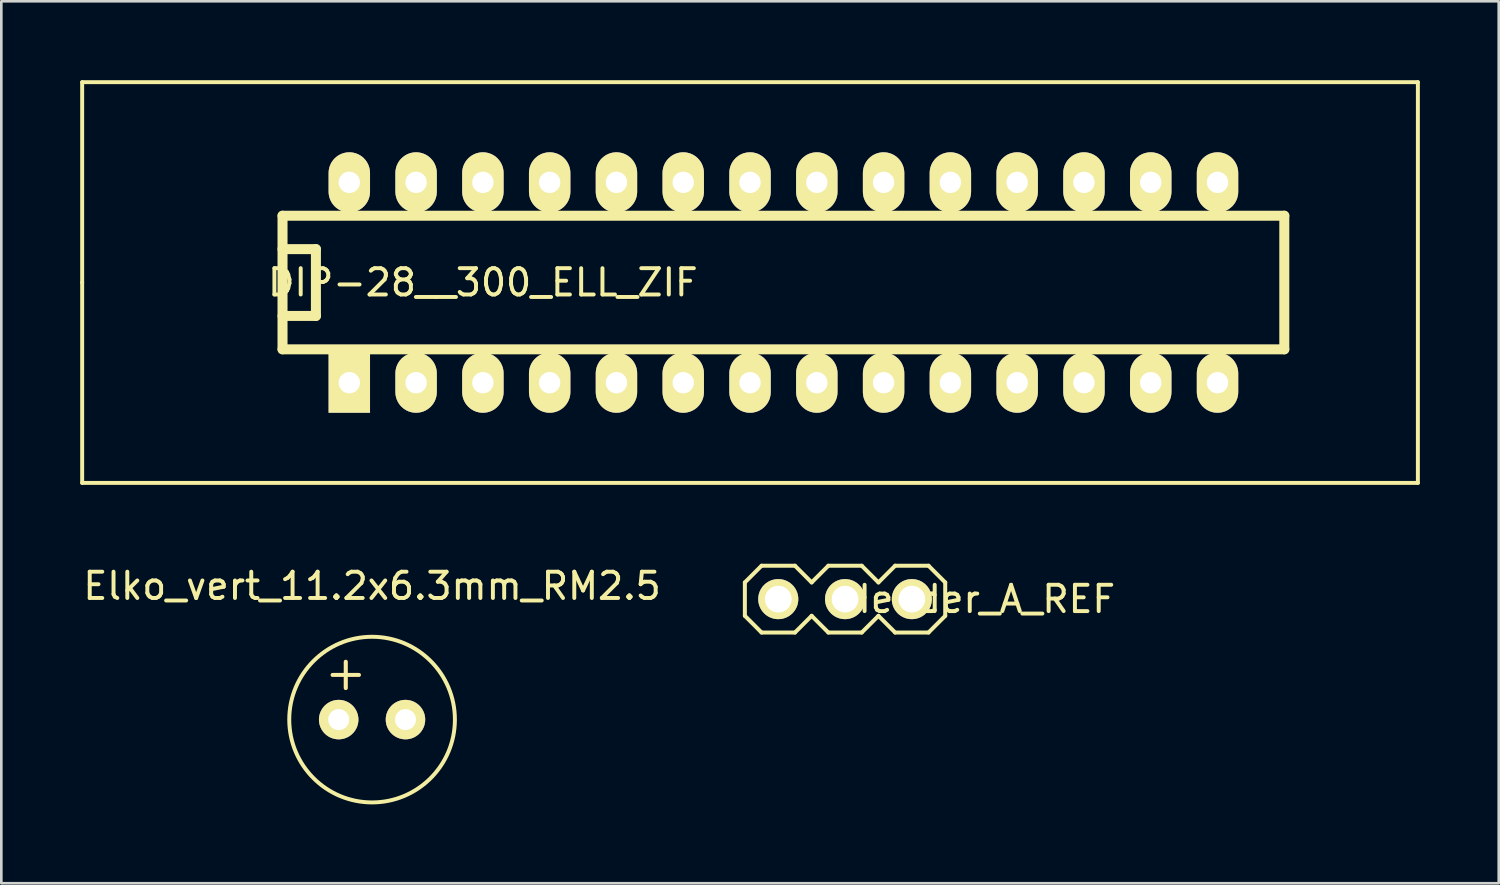
<source format=kicad_pcb>
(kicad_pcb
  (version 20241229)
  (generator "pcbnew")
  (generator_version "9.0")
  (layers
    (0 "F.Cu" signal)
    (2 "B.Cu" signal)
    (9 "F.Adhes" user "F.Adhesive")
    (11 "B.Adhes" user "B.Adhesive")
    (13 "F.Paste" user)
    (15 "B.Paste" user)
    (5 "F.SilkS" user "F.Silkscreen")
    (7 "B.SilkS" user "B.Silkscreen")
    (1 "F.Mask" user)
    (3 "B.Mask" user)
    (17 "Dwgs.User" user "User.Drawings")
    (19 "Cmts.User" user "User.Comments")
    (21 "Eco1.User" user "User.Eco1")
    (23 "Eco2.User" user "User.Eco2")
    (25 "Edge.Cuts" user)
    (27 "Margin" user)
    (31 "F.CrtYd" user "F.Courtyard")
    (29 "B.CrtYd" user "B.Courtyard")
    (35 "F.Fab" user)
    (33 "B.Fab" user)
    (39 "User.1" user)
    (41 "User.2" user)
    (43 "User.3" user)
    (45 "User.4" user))
  (footprint "DIP-28__300_ELL_ZIF"
    (layer "F.Cu")
    (at 26.745 7.695)
    (property "Reference" "DIP-28__300_ELL_ZIF" (at -11.43 0 0) (layer "F.SilkS") (effects (font (size 1 1) (thickness 0.15))))
    (attr through_hole)
    (fp_line (start -26.67 0) (end -26.67 -7.62) (stroke (width 0.15) (type solid)) (layer "F.SilkS"))
    (fp_line (start -26.67 0) (end -26.67 7.62) (stroke (width 0.15) (type solid)) (layer "F.SilkS"))
    (fp_line (start -26.67 7.62) (end 24.13 7.62) (stroke (width 0.15) (type solid)) (layer "F.SilkS"))
    (fp_line (start -19.05 -2.54) (end 19.05 -2.54) (stroke (width 0.381) (type solid)) (layer "F.SilkS"))
    (fp_line (start -19.05 -1.27) (end -17.78 -1.27) (stroke (width 0.381) (type solid)) (layer "F.SilkS"))
    (fp_line (start -19.05 2.54) (end -19.05 -2.54) (stroke (width 0.381) (type solid)) (layer "F.SilkS"))
    (fp_line (start -17.78 -1.27) (end -17.78 1.27) (stroke (width 0.381) (type solid)) (layer "F.SilkS"))
    (fp_line (start -17.78 1.27) (end -19.05 1.27) (stroke (width 0.381) (type solid)) (layer "F.SilkS"))
    (fp_line (start 19.05 -2.54) (end 19.05 2.54) (stroke (width 0.381) (type solid)) (layer "F.SilkS"))
    (fp_line (start 19.05 2.54) (end -19.05 2.54) (stroke (width 0.381) (type solid)) (layer "F.SilkS"))
    (fp_line (start 24.13 -7.62) (end -26.67 -7.62) (stroke (width 0.15) (type solid)) (layer "F.SilkS"))
    (fp_line (start 24.13 7.62) (end 24.13 -7.62) (stroke (width 0.15) (type solid)) (layer "F.SilkS"))
    (pad "1" thru_hole rect (at -16.51 3.81) (size 1.575 2.286) (drill 0.813) (layers "*.Cu" "*.Mask" "F.SilkS"))
    (pad "2" thru_hole oval (at -13.97 3.81) (size 1.575 2.286) (drill 0.813) (layers "*.Cu" "*.Mask" "F.SilkS"))
    (pad "3" thru_hole oval (at -11.43 3.81) (size 1.575 2.286) (drill 0.813) (layers "*.Cu" "*.Mask" "F.SilkS"))
    (pad "4" thru_hole oval (at -8.89 3.81) (size 1.575 2.286) (drill 0.813) (layers "*.Cu" "*.Mask" "F.SilkS"))
    (pad "5" thru_hole oval (at -6.35 3.81) (size 1.575 2.286) (drill 0.813) (layers "*.Cu" "*.Mask" "F.SilkS"))
    (pad "6" thru_hole oval (at -3.81 3.81) (size 1.575 2.286) (drill 0.813) (layers "*.Cu" "*.Mask" "F.SilkS"))
    (pad "7" thru_hole oval (at -1.27 3.81) (size 1.575 2.286) (drill 0.813) (layers "*.Cu" "*.Mask" "F.SilkS"))
    (pad "8" thru_hole oval (at 1.27 3.81) (size 1.575 2.286) (drill 0.813) (layers "*.Cu" "*.Mask" "F.SilkS"))
    (pad "9" thru_hole oval (at 3.81 3.81) (size 1.575 2.286) (drill 0.813) (layers "*.Cu" "*.Mask" "F.SilkS"))
    (pad "10" thru_hole oval (at 6.35 3.81) (size 1.575 2.286) (drill 0.813) (layers "*.Cu" "*.Mask" "F.SilkS"))
    (pad "11" thru_hole oval (at 8.89 3.81) (size 1.575 2.286) (drill 0.813) (layers "*.Cu" "*.Mask" "F.SilkS"))
    (pad "12" thru_hole oval (at 11.43 3.81) (size 1.575 2.286) (drill 0.813) (layers "*.Cu" "*.Mask" "F.SilkS"))
    (pad "13" thru_hole oval (at 13.97 3.81) (size 1.575 2.286) (drill 0.813) (layers "*.Cu" "*.Mask" "F.SilkS"))
    (pad "14" thru_hole oval (at 16.51 3.81) (size 1.575 2.286) (drill 0.813) (layers "*.Cu" "*.Mask" "F.SilkS"))
    (pad "15" thru_hole oval (at 16.51 -3.81) (size 1.575 2.286) (drill 0.813) (layers "*.Cu" "*.Mask" "F.SilkS"))
    (pad "16" thru_hole oval (at 13.97 -3.81) (size 1.575 2.286) (drill 0.813) (layers "*.Cu" "*.Mask" "F.SilkS"))
    (pad "17" thru_hole oval (at 11.43 -3.81) (size 1.575 2.286) (drill 0.813) (layers "*.Cu" "*.Mask" "F.SilkS"))
    (pad "18" thru_hole oval (at 8.89 -3.81) (size 1.575 2.286) (drill 0.813) (layers "*.Cu" "*.Mask" "F.SilkS"))
    (pad "19" thru_hole oval (at 6.35 -3.81) (size 1.575 2.286) (drill 0.813) (layers "*.Cu" "*.Mask" "F.SilkS"))
    (pad "20" thru_hole oval (at 3.81 -3.81) (size 1.575 2.286) (drill 0.813) (layers "*.Cu" "*.Mask" "F.SilkS"))
    (pad "21" thru_hole oval (at 1.27 -3.81) (size 1.575 2.286) (drill 0.813) (layers "*.Cu" "*.Mask" "F.SilkS"))
    (pad "22" thru_hole oval (at -1.27 -3.81) (size 1.575 2.286) (drill 0.813) (layers "*.Cu" "*.Mask" "F.SilkS"))
    (pad "23" thru_hole oval (at -3.81 -3.81) (size 1.575 2.286) (drill 0.813) (layers "*.Cu" "*.Mask" "F.SilkS"))
    (pad "24" thru_hole oval (at -6.35 -3.81) (size 1.575 2.286) (drill 0.813) (layers "*.Cu" "*.Mask" "F.SilkS"))
    (pad "25" thru_hole oval (at -8.89 -3.81) (size 1.575 2.286) (drill 0.813) (layers "*.Cu" "*.Mask" "F.SilkS"))
    (pad "26" thru_hole oval (at -11.43 -3.81) (size 1.575 2.286) (drill 0.813) (layers "*.Cu" "*.Mask" "F.SilkS"))
    (pad "27" thru_hole oval (at -13.97 -3.81) (size 1.575 2.286) (drill 0.813) (layers "*.Cu" "*.Mask" "F.SilkS"))
    (pad "28" thru_hole oval (at -16.51 -3.81) (size 1.575 2.286) (drill 0.813) (layers "*.Cu" "*.Mask" "F.SilkS")))
  (footprint "Header_A_REF"
    (layer "F.Cu")
    (at 29.089 19.736)
    (property "Reference" "Header_A_REF" (at 5.1 0 180) (layer "F.SilkS") (effects (font (size 1 1) (thickness 0.15))))
    (attr smd)
    (fp_line (start -3.81 -0.635) (end -3.81 0.635) (stroke (width 0.152) (type solid)) (layer "F.SilkS"))
    (fp_line (start -3.81 -0.635) (end -3.175 -1.27) (stroke (width 0.152) (type solid)) (layer "F.SilkS"))
    (fp_line (start -3.175 -1.27) (end -1.905 -1.27) (stroke (width 0.152) (type solid)) (layer "F.SilkS"))
    (fp_line (start -3.175 1.27) (end -3.81 0.635) (stroke (width 0.152) (type solid)) (layer "F.SilkS"))
    (fp_line (start -1.905 -1.27) (end -1.27 -0.635) (stroke (width 0.152) (type solid)) (layer "F.SilkS"))
    (fp_line (start -1.905 1.27) (end -3.175 1.27) (stroke (width 0.152) (type solid)) (layer "F.SilkS"))
    (fp_line (start -1.27 -0.635) (end -0.635 -1.27) (stroke (width 0.152) (type solid)) (layer "F.SilkS"))
    (fp_line (start -1.27 0.635) (end -1.905 1.27) (stroke (width 0.152) (type solid)) (layer "F.SilkS"))
    (fp_line (start -0.635 -1.27) (end 0.635 -1.27) (stroke (width 0.152) (type solid)) (layer "F.SilkS"))
    (fp_line (start -0.635 1.27) (end -1.27 0.635) (stroke (width 0.152) (type solid)) (layer "F.SilkS"))
    (fp_line (start 0.635 -1.27) (end 1.27 -0.635) (stroke (width 0.152) (type solid)) (layer "F.SilkS"))
    (fp_line (start 0.635 1.27) (end -0.635 1.27) (stroke (width 0.152) (type solid)) (layer "F.SilkS"))
    (fp_line (start 1.27 -0.635) (end 1.905 -1.27) (stroke (width 0.152) (type solid)) (layer "F.SilkS"))
    (fp_line (start 1.27 0.635) (end 0.635 1.27) (stroke (width 0.152) (type solid)) (layer "F.SilkS"))
    (fp_line (start 1.905 -1.27) (end 3.175 -1.27) (stroke (width 0.152) (type solid)) (layer "F.SilkS"))
    (fp_line (start 1.905 1.27) (end 1.27 0.635) (stroke (width 0.152) (type solid)) (layer "F.SilkS"))
    (fp_line (start 3.175 -1.27) (end 3.81 -0.635) (stroke (width 0.152) (type solid)) (layer "F.SilkS"))
    (fp_line (start 3.175 1.27) (end 1.905 1.27) (stroke (width 0.152) (type solid)) (layer "F.SilkS"))
    (fp_line (start 3.81 -0.635) (end 3.81 0.635) (stroke (width 0.152) (type solid)) (layer "F.SilkS"))
    (fp_line (start 3.81 0.635) (end 3.175 1.27) (stroke (width 0.152) (type solid)) (layer "F.SilkS"))
    (pad "1" thru_hole circle (at -2.54 0) (size 1.524 1.524) (drill 1.016) (layers "*.Cu" "*.Mask" "F.SilkS"))
    (pad "2" thru_hole circle (at 0 0) (size 1.524 1.524) (drill 1.016) (layers "*.Cu" "*.Mask" "F.SilkS"))
    (pad "3" thru_hole circle (at 2.54 0) (size 1.524 1.524) (drill 1.016) (layers "*.Cu" "*.Mask" "F.SilkS")))
  (footprint "Elko_vert_11.2x6.3mm_RM2.5"
    (layer "F.Cu")
    (at 9.831 24.318)
    (property "Reference" "Elko_vert_11.2x6.3mm_RM2.5" (at 1.27 -5.08 0) (layer "F.SilkS") (effects (font (size 1 1) (thickness 0.15))))
    (attr through_hole)
    (fp_line (start -0.231 -1.699) (end 0.269 -1.699) (stroke (width 0.15) (type solid)) (layer "F.Cu"))
    (fp_line (start 0.269 -1.699) (end 0.269 -2.2) (stroke (width 0.15) (type solid)) (layer "F.Cu"))
    (fp_line (start 0.269 -1.699) (end 0.269 -1.3) (stroke (width 0.15) (type solid)) (layer "F.Cu"))
    (fp_line (start 0.269 -1.699) (end 0.77 -1.699) (stroke (width 0.15) (type solid)) (layer "F.Cu"))
    (fp_line (start 0.269 -1.3) (end 0.269 -1.199) (stroke (width 0.15) (type solid)) (layer "F.Cu"))
    (fp_line (start -0.231 -1.699) (end 0.77 -1.699) (stroke (width 0.15) (type solid)) (layer "F.SilkS"))
    (fp_line (start 0.269 -2.2) (end 0.269 -1.199) (stroke (width 0.15) (type solid)) (layer "F.SilkS"))
    (fp_circle (center 1.27 0) (end 4.42 0) (stroke (width 0.15) (type solid)) (fill no) (layer "F.SilkS"))
    (pad "1" thru_hole circle (at 0 0) (size 1.501 1.501) (drill 0.8) (layers "*.Cu" "*.Mask" "F.SilkS"))
    (pad "2" thru_hole circle (at 2.54 0) (size 1.501 1.501) (drill 0.8) (layers "*.Cu" "*.Mask" "F.SilkS")))
  (gr_rect
    (start -3 -3)
    (end 53.95 30.543)
    (stroke (width 0.1) (type default))
    (fill no)
    (layer "Edge.Cuts")))
</source>
